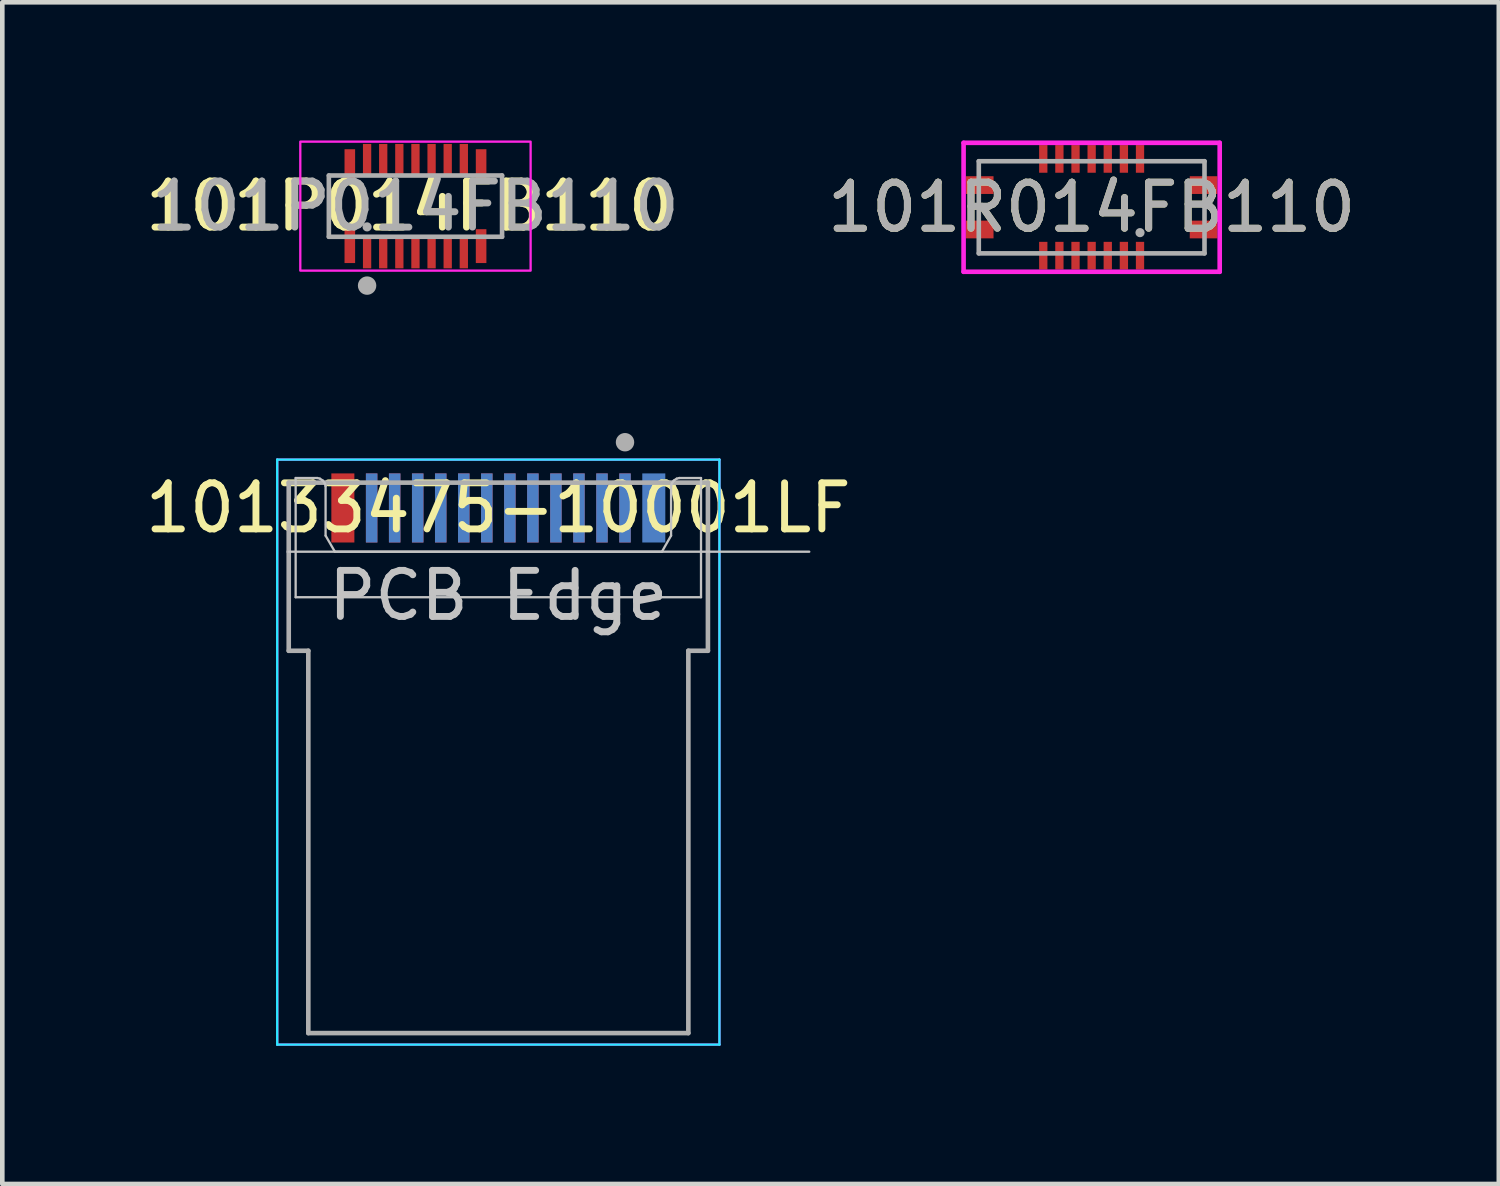
<source format=kicad_pcb>
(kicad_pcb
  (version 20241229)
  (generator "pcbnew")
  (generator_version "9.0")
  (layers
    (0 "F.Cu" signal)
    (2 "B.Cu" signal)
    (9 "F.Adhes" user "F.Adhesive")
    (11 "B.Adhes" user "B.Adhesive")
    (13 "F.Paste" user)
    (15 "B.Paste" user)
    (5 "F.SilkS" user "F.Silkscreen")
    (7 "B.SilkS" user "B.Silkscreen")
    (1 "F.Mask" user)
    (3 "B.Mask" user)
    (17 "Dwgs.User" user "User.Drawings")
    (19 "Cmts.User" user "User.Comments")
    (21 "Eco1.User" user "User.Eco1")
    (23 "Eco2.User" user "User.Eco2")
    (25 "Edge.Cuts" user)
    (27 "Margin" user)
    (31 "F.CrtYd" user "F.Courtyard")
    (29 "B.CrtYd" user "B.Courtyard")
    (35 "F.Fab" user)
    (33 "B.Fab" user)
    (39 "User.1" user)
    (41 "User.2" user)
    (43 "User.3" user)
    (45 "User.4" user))
  (footprint "101R014FB110"
    (layer "F.Cu")
    (at 20.648 1.45)
    (property "Reference" "101R014FB110" (at 0 0 0) (unlocked yes) (layer "F.SilkS") (effects (font (size 1 1) (thickness 0.15))))
    (attr smd)
    (fp_line (start -2.78 -1.4) (end -2.78 1.4) (stroke (width 0.1) (type solid)) (layer "F.CrtYd"))
    (fp_line (start -2.78 1.4) (end 2.78 1.4) (stroke (width 0.1) (type solid)) (layer "F.CrtYd"))
    (fp_line (start 2.78 -1.4) (end -2.78 -1.4) (stroke (width 0.1) (type solid)) (layer "F.CrtYd"))
    (fp_line (start 2.78 1.4) (end 2.78 -1.4) (stroke (width 0.1) (type solid)) (layer "F.CrtYd"))
    (fp_line (start -2.45 -1) (end 2.45 -1) (stroke (width 0.1) (type solid)) (layer "F.Fab"))
    (fp_line (start -2.45 1) (end -2.45 -1) (stroke (width 0.1) (type solid)) (layer "F.Fab"))
    (fp_line (start 2.45 -1) (end 2.45 1) (stroke (width 0.1) (type solid)) (layer "F.Fab"))
    (fp_line (start 2.45 1) (end -2.45 1) (stroke (width 0.1) (type solid)) (layer "F.Fab"))
    (fp_circle (center 1.05 0.55) (end 1.1 0.55) (stroke (width 0.1) (type solid)) (fill no) (layer "F.Fab"))
    (fp_text user "${REFERENCE}" (at 0 0 0) (unlocked yes) (layer "F.Fab") (effects (font (size 1 1) (thickness 0.15))))
    (pad "1" smd rect (at 1.05 1.05) (size 0.18 0.6) (layers "F.Cu" "F.Mask" "F.Paste"))
    (pad "2" smd rect (at 1.05 -1.05) (size 0.18 0.6) (layers "F.Cu" "F.Mask" "F.Paste"))
    (pad "3" smd rect (at 0.7 1.05) (size 0.18 0.6) (layers "F.Cu" "F.Mask" "F.Paste"))
    (pad "4" smd rect (at 0.7 -1.05) (size 0.18 0.6) (layers "F.Cu" "F.Mask" "F.Paste"))
    (pad "5" smd rect (at 0.35 1.05) (size 0.18 0.6) (layers "F.Cu" "F.Mask" "F.Paste"))
    (pad "6" smd rect (at 0.35 -1.05) (size 0.18 0.6) (layers "F.Cu" "F.Mask" "F.Paste"))
    (pad "7" smd rect (at 0 1.05) (size 0.18 0.6) (layers "F.Cu" "F.Mask" "F.Paste"))
    (pad "8" smd rect (at 0 -1.05) (size 0.18 0.6) (layers "F.Cu" "F.Mask" "F.Paste"))
    (pad "9" smd rect (at -0.35 1.05) (size 0.18 0.6) (layers "F.Cu" "F.Mask" "F.Paste"))
    (pad "10" smd rect (at -0.35 -1.05) (size 0.18 0.6) (layers "F.Cu" "F.Mask" "F.Paste"))
    (pad "11" smd rect (at -0.7 1.05) (size 0.18 0.6) (layers "F.Cu" "F.Mask" "F.Paste"))
    (pad "12" smd rect (at -0.7 -1.05) (size 0.18 0.6) (layers "F.Cu" "F.Mask" "F.Paste"))
    (pad "13" smd rect (at -1.05 1.05) (size 0.18 0.6) (layers "F.Cu" "F.Mask" "F.Paste"))
    (pad "14" smd rect (at -1.05 -1.05) (size 0.18 0.6) (layers "F.Cu" "F.Mask" "F.Paste"))
    (pad "SH" smd rect (at -2.43 -0.482) (size 0.6 0.385) (layers "F.Cu" "F.Mask" "F.Paste"))
    (pad "SH" smd rect (at -2.43 0.482) (size 0.6 0.385) (layers "F.Cu" "F.Mask" "F.Paste"))
    (pad "SH" smd rect (at 2.43 -0.482) (size 0.6 0.385) (layers "F.Cu" "F.Mask" "F.Paste"))
    (pad "SH" smd rect (at 2.43 0.482) (size 0.6 0.385) (layers "F.Cu" "F.Mask" "F.Paste"))
    (zone (net_name "") (layer "F.Cu") (hatch full 0.508) (connect_pads) (min_thickness 0.01) (filled_areas_thickness no) (keepout (tracks not_allowed) (vias not_allowed) (pads not_allowed) (copperpour not_allowed) (footprints allowed)) (placement (enabled no)) (fill) (polygon (pts (xy 19.333 0.7) (xy 21.963 0.7) (xy 21.963 1.3) (xy 19.333 1.3))))
    (zone (net_name "") (layer "F.Cu") (hatch full 0.508) (connect_pads) (min_thickness 0.01) (filled_areas_thickness no) (keepout (tracks not_allowed) (vias not_allowed) (pads not_allowed) (copperpour not_allowed) (footprints allowed)) (placement (enabled no)) (fill) (polygon (pts (xy 19.333 1.6) (xy 21.963 1.6) (xy 21.963 2.2) (xy 19.333 2.2))))
    (zone (net_name "") (layers "F.Cu" "B.Cu") (hatch full 0.508) (connect_pads) (min_thickness 0.01) (filled_areas_thickness no) (keepout (tracks allowed) (vias not_allowed) (pads allowed) (copperpour allowed) (footprints allowed)) (placement (enabled no)) (fill) (polygon (pts (xy 19.333 0.7) (xy 21.963 0.7) (xy 21.963 1.3) (xy 19.333 1.3))))
    (zone (net_name "") (layers "F.Cu" "B.Cu") (hatch full 0.508) (connect_pads) (min_thickness 0.01) (filled_areas_thickness no) (keepout (tracks allowed) (vias not_allowed) (pads allowed) (copperpour allowed) (footprints allowed)) (placement (enabled no)) (fill) (polygon (pts (xy 19.333 1.6) (xy 21.963 1.6) (xy 21.963 2.2) (xy 19.333 2.2)))))
  (footprint "10133475-10001LF"
    (layer "F.Cu")
    (at 7.768 7.977)
    (property "Reference" "10133475-10001LF" (at 0 0 0) (layer "F.SilkS") (effects (font (size 1 1) (thickness 0.15))))
    (attr smd)
    (fp_line (start -4.55 0.95) (end 6.75 0.95) (stroke (width 0.05) (type solid)) (layer "Dwgs.User"))
    (fp_line (start -4.4 -0.65) (end -4.4 1.938) (stroke (width 0.05) (type solid)) (layer "Dwgs.User"))
    (fp_line (start -4.4 -0.65) (end -3.931 -0.65) (stroke (width 0.05) (type solid)) (layer "Dwgs.User"))
    (fp_line (start -3.873 -0.636) (end -3.931 -0.65) (stroke (width 0.05) (type solid)) (layer "Dwgs.User"))
    (fp_line (start -3.809 -0.594) (end -3.873 -0.636) (stroke (width 0.05) (type solid)) (layer "Dwgs.User"))
    (fp_line (start -3.767 -0.531) (end -3.809 -0.594) (stroke (width 0.05) (type solid)) (layer "Dwgs.User"))
    (fp_line (start -3.75 -0.472) (end -3.767 -0.531) (stroke (width 0.05) (type solid)) (layer "Dwgs.User"))
    (fp_line (start -3.75 0.601) (end -3.75 -0.472) (stroke (width 0.05) (type solid)) (layer "Dwgs.User"))
    (fp_line (start -3.75 0.601) (end -3.548 0.95) (stroke (width 0.05) (type solid)) (layer "Dwgs.User"))
    (fp_line (start -3.548 0.95) (end 3.551 0.95) (stroke (width 0.05) (type solid)) (layer "Dwgs.User"))
    (fp_line (start 3.551 0.95) (end 3.75 0.601) (stroke (width 0.05) (type solid)) (layer "Dwgs.User"))
    (fp_line (start 3.75 0.601) (end 3.75 -0.472) (stroke (width 0.05) (type solid)) (layer "Dwgs.User"))
    (fp_line (start 3.766 -0.531) (end 3.75 -0.472) (stroke (width 0.05) (type solid)) (layer "Dwgs.User"))
    (fp_line (start 3.808 -0.594) (end 3.766 -0.531) (stroke (width 0.05) (type solid)) (layer "Dwgs.User"))
    (fp_line (start 3.872 -0.636) (end 3.808 -0.594) (stroke (width 0.05) (type solid)) (layer "Dwgs.User"))
    (fp_line (start 3.93 -0.65) (end 3.872 -0.636) (stroke (width 0.05) (type solid)) (layer "Dwgs.User"))
    (fp_line (start 4.4 -0.65) (end 3.93 -0.65) (stroke (width 0.05) (type solid)) (layer "Dwgs.User"))
    (fp_line (start 4.4 -0.65) (end 4.4 1.938) (stroke (width 0.05) (type solid)) (layer "Dwgs.User"))
    (fp_line (start 4.4 1.938) (end -4.4 1.938) (stroke (width 0.05) (type solid)) (layer "Dwgs.User"))
    (fp_line (start -4.8 -1.05) (end 4.8 -1.05) (stroke (width 0.05) (type solid)) (layer "B.CrtYd"))
    (fp_line (start -4.8 11.65) (end -4.8 -1.05) (stroke (width 0.05) (type solid)) (layer "B.CrtYd"))
    (fp_line (start 4.8 -1.05) (end 4.8 11.65) (stroke (width 0.05) (type solid)) (layer "B.CrtYd"))
    (fp_line (start 4.8 11.65) (end -4.8 11.65) (stroke (width 0.05) (type solid)) (layer "B.CrtYd"))
    (fp_line (start -4.8 -1.05) (end 4.8 -1.05) (stroke (width 0.05) (type solid)) (layer "F.CrtYd"))
    (fp_line (start -4.8 11.65) (end -4.8 -1.05) (stroke (width 0.05) (type solid)) (layer "F.CrtYd"))
    (fp_line (start 4.8 -1.05) (end 4.8 11.65) (stroke (width 0.05) (type solid)) (layer "F.CrtYd"))
    (fp_line (start 4.8 11.65) (end -4.8 11.65) (stroke (width 0.05) (type solid)) (layer "F.CrtYd"))
    (fp_line (start -4.55 -0.55) (end -4.55 0.95) (stroke (width 0.1) (type solid)) (layer "F.Fab"))
    (fp_line (start -4.55 -0.55) (end 4.55 -0.55) (stroke (width 0.1) (type solid)) (layer "F.Fab"))
    (fp_line (start -4.55 0.95) (end -4.55 3.1) (stroke (width 0.1) (type solid)) (layer "F.Fab"))
    (fp_line (start -4.55 3.1) (end -4.125 3.1) (stroke (width 0.1) (type solid)) (layer "F.Fab"))
    (fp_line (start -4.125 3.1) (end -4.125 11.4) (stroke (width 0.1) (type solid)) (layer "F.Fab"))
    (fp_line (start -4.125 11.4) (end 4.125 11.4) (stroke (width 0.1) (type solid)) (layer "F.Fab"))
    (fp_line (start 4.125 3.1) (end 4.55 3.1) (stroke (width 0.1) (type solid)) (layer "F.Fab"))
    (fp_line (start 4.125 11.4) (end 4.125 3.1) (stroke (width 0.1) (type solid)) (layer "F.Fab"))
    (fp_line (start 4.55 3.1) (end 4.55 -0.55) (stroke (width 0.1) (type solid)) (layer "F.Fab"))
    (fp_circle (center 2.75 -1.427) (end 2.85 -1.427) (stroke (width 0.2) (type solid)) (fill no) (layer "F.Fab"))
    (fp_text user "PCB Edge" (at 0 1.9 0) (layer "Dwgs.User") (effects (font (size 1 1) (thickness 0.15))))
    (pad "A1" smd rect (at 2.75 0) (size 0.25 1.5) (layers "F.Cu" "F.Mask" "F.Paste"))
    (pad "A2" smd rect (at 2.25 0) (size 0.25 1.5) (layers "F.Cu" "F.Mask" "F.Paste"))
    (pad "A3" smd rect (at 1.75 0) (size 0.25 1.5) (layers "F.Cu" "F.Mask" "F.Paste"))
    (pad "A4" smd rect (at 1.25 0) (size 0.25 1.5) (layers "F.Cu" "F.Mask" "F.Paste"))
    (pad "A5" smd rect (at 0.75 0) (size 0.25 1.5) (layers "F.Cu" "F.Mask" "F.Paste"))
    (pad "A6" smd rect (at 0.25 0) (size 0.25 1.5) (layers "F.Cu" "F.Mask" "F.Paste"))
    (pad "A7" smd rect (at -0.25 0) (size 0.25 1.5) (layers "F.Cu" "F.Mask" "F.Paste"))
    (pad "A8" smd rect (at -0.75 0) (size 0.25 1.5) (layers "F.Cu" "F.Mask" "F.Paste"))
    (pad "A9" smd rect (at -1.25 0) (size 0.25 1.5) (layers "F.Cu" "F.Mask" "F.Paste"))
    (pad "A10" smd rect (at -1.75 0) (size 0.25 1.5) (layers "F.Cu" "F.Mask" "F.Paste"))
    (pad "A11" smd rect (at -2.25 0) (size 0.25 1.5) (layers "F.Cu" "F.Mask" "F.Paste"))
    (pad "A12" smd rect (at -2.75 0) (size 0.25 1.5) (layers "F.Cu" "F.Mask" "F.Paste"))
    (pad "B1" smd rect (at -2.75 0) (size 0.25 1.5) (layers "B.Cu" "B.Mask" "B.Paste"))
    (pad "B2" smd rect (at -2.25 0) (size 0.25 1.5) (layers "B.Cu" "B.Mask" "B.Paste"))
    (pad "B3" smd rect (at -1.75 0) (size 0.25 1.5) (layers "B.Cu" "B.Mask" "B.Paste"))
    (pad "B4" smd rect (at -1.25 0) (size 0.25 1.5) (layers "B.Cu" "B.Mask" "B.Paste"))
    (pad "B5" smd rect (at -0.75 0) (size 0.25 1.5) (layers "B.Cu" "B.Mask" "B.Paste"))
    (pad "B6" smd rect (at -0.25 0) (size 0.25 1.5) (layers "B.Cu" "B.Mask" "B.Paste"))
    (pad "B7" smd rect (at 0.25 0) (size 0.25 1.5) (layers "B.Cu" "B.Mask" "B.Paste"))
    (pad "B8" smd rect (at 0.75 0) (size 0.25 1.5) (layers "B.Cu" "B.Mask" "B.Paste"))
    (pad "B9" smd rect (at 1.25 0) (size 0.25 1.5) (layers "B.Cu" "B.Mask" "B.Paste"))
    (pad "B10" smd rect (at 1.75 0) (size 0.25 1.5) (layers "B.Cu" "B.Mask" "B.Paste"))
    (pad "B11" smd rect (at 2.25 0) (size 0.25 1.5) (layers "B.Cu" "B.Mask" "B.Paste"))
    (pad "B12" smd rect (at 2.75 0) (size 0.25 1.5) (layers "B.Cu" "B.Mask" "B.Paste"))
    (pad "S1" smd rect (at -3.375 0) (size 0.5 1.5) (layers "F.Cu" "F.Mask" "F.Paste"))
    (pad "S1" smd rect (at 3.375 0) (size 0.5 1.5) (layers "B.Cu" "B.Mask" "B.Paste")))
  (footprint "101P014FB110"
    (layer "F.Cu")
    (at 5.969 1.425)
    (property "Reference" "101P014FB110" (at -0.13 0 0) (unlocked yes) (layer "F.SilkS") (effects (font (size 1 1) (thickness 0.15))))
    (attr smd)
    (fp_rect (start -2.5 -1.4) (end 2.5 1.4) (stroke (width 0.05) (type default)) (fill no) (layer "F.CrtYd"))
    (fp_line (start -1.88 -0.665) (end 1.88 -0.665) (stroke (width 0.1) (type solid)) (layer "F.Fab"))
    (fp_line (start -1.88 0.665) (end -1.88 -0.665) (stroke (width 0.1) (type solid)) (layer "F.Fab"))
    (fp_line (start 1.88 -0.665) (end 1.88 0.665) (stroke (width 0.1) (type solid)) (layer "F.Fab"))
    (fp_line (start 1.88 0.665) (end -1.88 0.665) (stroke (width 0.1) (type solid)) (layer "F.Fab"))
    (fp_circle (center -1.05 0.45) (end -1 0.45) (stroke (width 0.1) (type solid)) (fill no) (layer "F.Fab"))
    (fp_circle (center -1.05 1.725) (end -0.95 1.725) (stroke (width 0.2) (type solid)) (fill no) (layer "F.Fab"))
    (fp_text user "${REFERENCE}" (at 0 0 0) (unlocked yes) (layer "F.Fab") (effects (font (size 1 1) (thickness 0.15))))
    (pad "1" smd rect (at -1.05 1.008) (size 0.18 0.685) (layers "F.Cu" "F.Mask" "F.Paste"))
    (pad "2" smd rect (at -1.05 -1.008) (size 0.18 0.685) (layers "F.Cu" "F.Mask" "F.Paste"))
    (pad "3" smd rect (at -0.7 1.008) (size 0.18 0.685) (layers "F.Cu" "F.Mask" "F.Paste"))
    (pad "4" smd rect (at -0.7 -1.008) (size 0.18 0.685) (layers "F.Cu" "F.Mask" "F.Paste"))
    (pad "5" smd rect (at -0.35 1.008) (size 0.18 0.685) (layers "F.Cu" "F.Mask" "F.Paste"))
    (pad "6" smd rect (at -0.35 -1.008) (size 0.18 0.685) (layers "F.Cu" "F.Mask" "F.Paste"))
    (pad "7" smd rect (at 0 1.008) (size 0.18 0.685) (layers "F.Cu" "F.Mask" "F.Paste"))
    (pad "8" smd rect (at 0 -1.008) (size 0.18 0.685) (layers "F.Cu" "F.Mask" "F.Paste"))
    (pad "9" smd rect (at 0.35 1.008) (size 0.18 0.685) (layers "F.Cu" "F.Mask" "F.Paste"))
    (pad "10" smd rect (at 0.35 -1.008) (size 0.18 0.685) (layers "F.Cu" "F.Mask" "F.Paste"))
    (pad "11" smd rect (at 0.7 1.008) (size 0.18 0.685) (layers "F.Cu" "F.Mask" "F.Paste"))
    (pad "12" smd rect (at 0.7 -1.008) (size 0.18 0.685) (layers "F.Cu" "F.Mask" "F.Paste"))
    (pad "13" smd rect (at 1.05 1.008) (size 0.18 0.685) (layers "F.Cu" "F.Mask" "F.Paste"))
    (pad "14" smd rect (at 1.05 -1.008) (size 0.18 0.685) (layers "F.Cu" "F.Mask" "F.Paste"))
    (pad "SH" smd rect (at -1.425 -0.868) (size 0.23 0.735) (layers "F.Cu" "F.Mask" "F.Paste"))
    (pad "SH" smd rect (at -1.425 0.868) (size 0.23 0.735) (layers "F.Cu" "F.Mask" "F.Paste"))
    (pad "SH" smd rect (at 1.425 -0.868) (size 0.23 0.735) (layers "F.Cu" "F.Mask" "F.Paste"))
    (pad "SH" smd rect (at 1.425 0.868) (size 0.23 0.735) (layers "F.Cu" "F.Mask" "F.Paste"))
    (zone (net_name "") (layer "F.Cu") (hatch full 0.508) (connect_pads) (min_thickness 0.01) (filled_areas_thickness no) (keepout (tracks not_allowed) (vias not_allowed) (pads not_allowed) (copperpour not_allowed) (footprints allowed)) (placement (enabled no)) (fill) (polygon (pts (xy 4.794 0.76) (xy 5.044 0.76) (xy 5.044 1.09) (xy 4.794 1.09))))
    (zone (net_name "") (layer "F.Cu") (hatch full 0.508) (connect_pads) (min_thickness 0.01) (filled_areas_thickness no) (keepout (tracks not_allowed) (vias not_allowed) (pads not_allowed) (copperpour not_allowed) (footprints allowed)) (placement (enabled no)) (fill) (polygon (pts (xy 4.794 1.76) (xy 5.044 1.76) (xy 5.044 2.09) (xy 4.794 2.09))))
    (zone (net_name "") (layer "F.Cu") (hatch full 0.508) (connect_pads) (min_thickness 0.01) (filled_areas_thickness no) (keepout (tracks not_allowed) (vias not_allowed) (pads not_allowed) (copperpour not_allowed) (footprints allowed)) (placement (enabled no)) (fill) (polygon (pts (xy 5.144 0.76) (xy 5.394 0.76) (xy 5.394 1.09) (xy 5.144 1.09))))
    (zone (net_name "") (layer "F.Cu") (hatch full 0.508) (connect_pads) (min_thickness 0.01) (filled_areas_thickness no) (keepout (tracks not_allowed) (vias not_allowed) (pads not_allowed) (copperpour not_allowed) (footprints allowed)) (placement (enabled no)) (fill) (polygon (pts (xy 5.144 1.76) (xy 5.394 1.76) (xy 5.394 2.09) (xy 5.144 2.09))))
    (zone (net_name "") (layer "F.Cu") (hatch full 0.508) (connect_pads) (min_thickness 0.01) (filled_areas_thickness no) (keepout (tracks not_allowed) (vias not_allowed) (pads not_allowed) (copperpour not_allowed) (footprints allowed)) (placement (enabled no)) (fill) (polygon (pts (xy 5.494 0.76) (xy 5.744 0.76) (xy 5.744 1.09) (xy 5.494 1.09))))
    (zone (net_name "") (layer "F.Cu") (hatch full 0.508) (connect_pads) (min_thickness 0.01) (filled_areas_thickness no) (keepout (tracks not_allowed) (vias not_allowed) (pads not_allowed) (copperpour not_allowed) (footprints allowed)) (placement (enabled no)) (fill) (polygon (pts (xy 5.494 1.76) (xy 5.744 1.76) (xy 5.744 2.09) (xy 5.494 2.09))))
    (zone (net_name "") (layer "F.Cu") (hatch full 0.508) (connect_pads) (min_thickness 0.01) (filled_areas_thickness no) (keepout (tracks not_allowed) (vias not_allowed) (pads not_allowed) (copperpour not_allowed) (footprints allowed)) (placement (enabled no)) (fill) (polygon (pts (xy 5.844 0.76) (xy 6.094 0.76) (xy 6.094 1.09) (xy 5.844 1.09))))
    (zone (net_name "") (layer "F.Cu") (hatch full 0.508) (connect_pads) (min_thickness 0.01) (filled_areas_thickness no) (keepout (tracks not_allowed) (vias not_allowed) (pads not_allowed) (copperpour not_allowed) (footprints allowed)) (placement (enabled no)) (fill) (polygon (pts (xy 5.844 1.76) (xy 6.094 1.76) (xy 6.094 2.09) (xy 5.844 2.09))))
    (zone (net_name "") (layer "F.Cu") (hatch full 0.508) (connect_pads) (min_thickness 0.01) (filled_areas_thickness no) (keepout (tracks not_allowed) (vias not_allowed) (pads not_allowed) (copperpour not_allowed) (footprints allowed)) (placement (enabled no)) (fill) (polygon (pts (xy 6.194 0.76) (xy 6.444 0.76) (xy 6.444 1.09) (xy 6.194 1.09))))
    (zone (net_name "") (layer "F.Cu") (hatch full 0.508) (connect_pads) (min_thickness 0.01) (filled_areas_thickness no) (keepout (tracks not_allowed) (vias not_allowed) (pads not_allowed) (copperpour not_allowed) (footprints allowed)) (placement (enabled no)) (fill) (polygon (pts (xy 6.194 1.76) (xy 6.444 1.76) (xy 6.444 2.09) (xy 6.194 2.09))))
    (zone (net_name "") (layer "F.Cu") (hatch full 0.508) (connect_pads) (min_thickness 0.01) (filled_areas_thickness no) (keepout (tracks not_allowed) (vias not_allowed) (pads not_allowed) (copperpour not_allowed) (footprints allowed)) (placement (enabled no)) (fill) (polygon (pts (xy 6.544 0.76) (xy 6.794 0.76) (xy 6.794 1.09) (xy 6.544 1.09))))
    (zone (net_name "") (layer "F.Cu") (hatch full 0.508) (connect_pads) (min_thickness 0.01) (filled_areas_thickness no) (keepout (tracks not_allowed) (vias not_allowed) (pads not_allowed) (copperpour not_allowed) (footprints allowed)) (placement (enabled no)) (fill) (polygon (pts (xy 6.544 1.76) (xy 6.794 1.76) (xy 6.794 2.09) (xy 6.544 2.09))))
    (zone (net_name "") (layer "F.Cu") (hatch full 0.508) (connect_pads) (min_thickness 0.01) (filled_areas_thickness no) (keepout (tracks not_allowed) (vias not_allowed) (pads not_allowed) (copperpour not_allowed) (footprints allowed)) (placement (enabled no)) (fill) (polygon (pts (xy 6.894 0.76) (xy 7.144 0.76) (xy 7.144 1.09) (xy 6.894 1.09))))
    (zone (net_name "") (layer "F.Cu") (hatch full 0.508) (connect_pads) (min_thickness 0.01) (filled_areas_thickness no) (keepout (tracks not_allowed) (vias not_allowed) (pads not_allowed) (copperpour not_allowed) (footprints allowed)) (placement (enabled no)) (fill) (polygon (pts (xy 6.894 1.76) (xy 7.144 1.76) (xy 7.144 2.09) (xy 6.894 2.09))))
    (zone (net_name "") (layer "F.Cu") (hatch full 0.508) (connect_pads) (min_thickness 0.01) (filled_areas_thickness no) (keepout (tracks not_allowed) (vias not_allowed) (pads not_allowed) (copperpour not_allowed) (footprints allowed)) (placement (enabled no)) (fill) (polygon (pts (xy 3.489 0.39) (xy 3.489 2.46) (xy 4.429 2.46) (xy 4.429 2.155) (xy 3.789 2.155) (xy 3.789 0.695) (xy 4.429 0.695) (xy 4.429 0.39))))
    (zone (net_name "") (layer "F.Cu") (hatch full 0.508) (connect_pads) (min_thickness 0.01) (filled_areas_thickness no) (keepout (tracks not_allowed) (vias not_allowed) (pads not_allowed) (copperpour not_allowed) (footprints allowed)) (placement (enabled no)) (fill) (polygon (pts (xy 8.449 2.46) (xy 7.509 2.46) (xy 7.509 2.155) (xy 8.149 2.155) (xy 8.149 0.695) (xy 7.509 0.695) (xy 7.509 0.39) (xy 8.449 0.39))))
    (zone (net_name "") (layers "F.Cu" "B.Cu") (hatch full 0.508) (connect_pads) (min_thickness 0.01) (filled_areas_thickness no) (keepout (tracks allowed) (vias not_allowed) (pads allowed) (copperpour allowed) (footprints allowed)) (placement (enabled no)) (fill) (polygon (pts (xy 5.494 1.76) (xy 5.744 1.76) (xy 5.744 2.09) (xy 5.494 2.09)))))
  (gr_rect
    (start -3 -3)
    (end 29.487 22.652)
    (stroke (width 0.1) (type default))
    (fill no)
    (layer "Edge.Cuts")))
</source>
